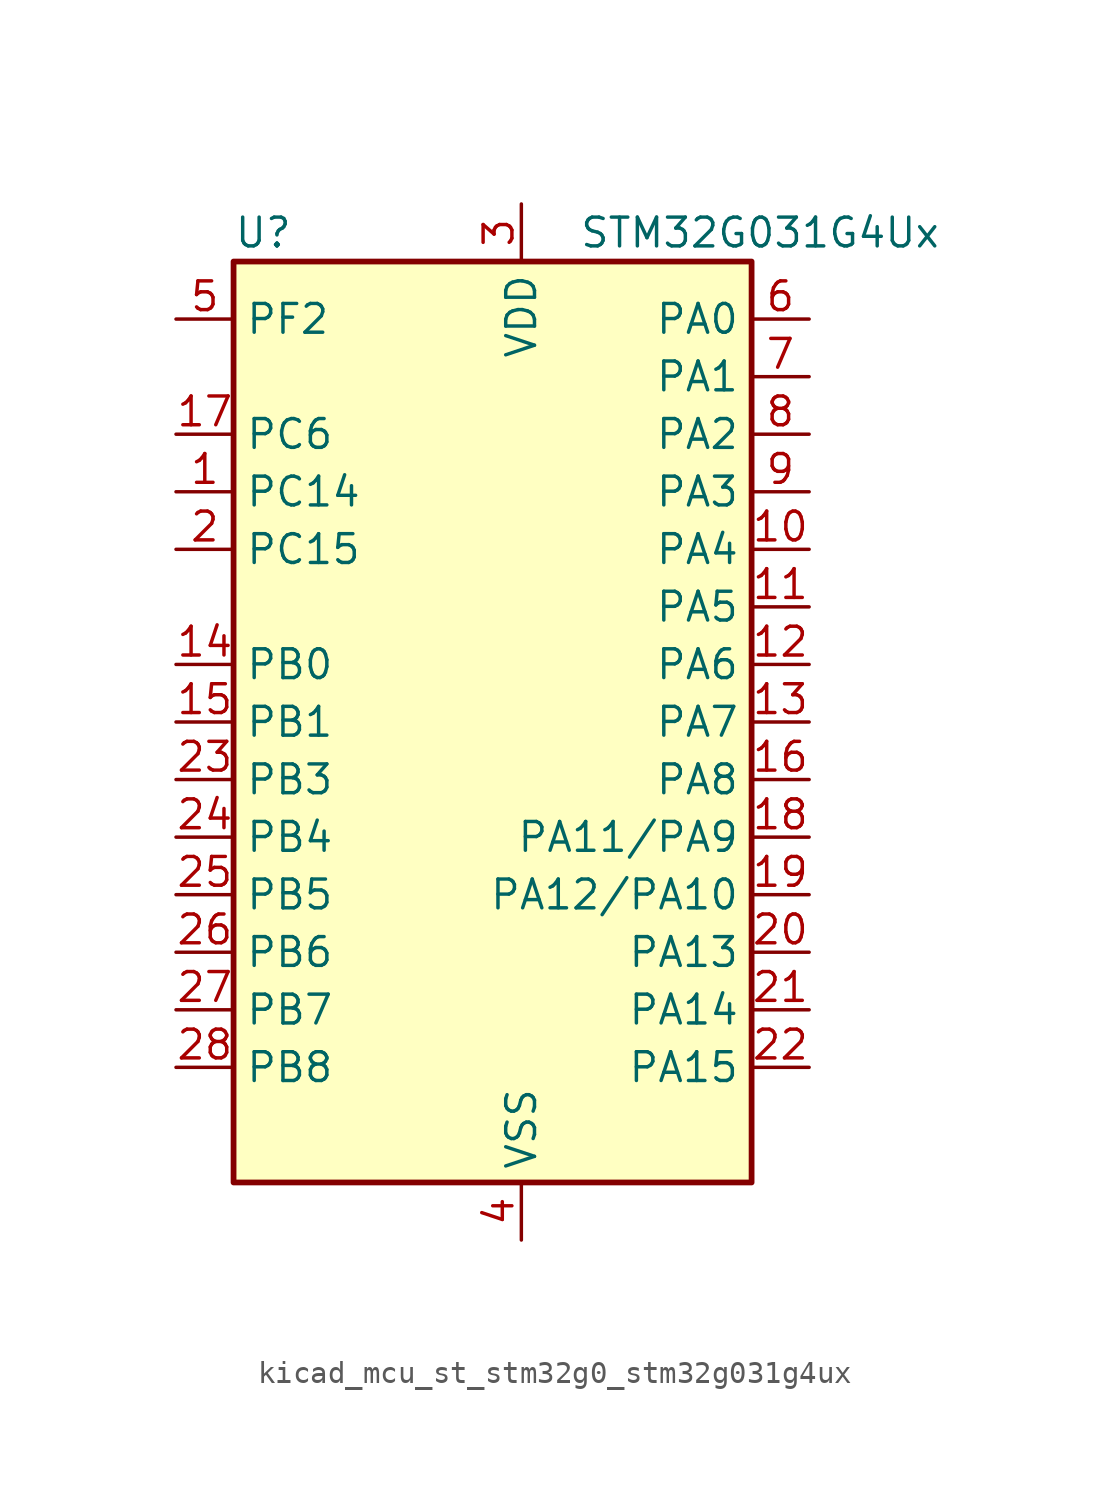
<source format=kicad_sym>
(kicad_symbol_lib
  (version 20220914)
  (generator kicad_symbol_editor)
  (symbol "kicad_mcu_st_stm32g0_stm32g031g4ux"
    (property "Reference" "U"
      (at -10.16 21.59 0)
      (effects (font (size 1.27 1.27)) (justify left)))
    (property "Value" "STM32G031G4Ux"
      (at 5.08 21.59 0)
      (effects (font (size 1.27 1.27)) (justify left)))
    (property "ki_locked" ""
      (at 0 0 0)
      (effects (font (size 1.27 1.27))))
    (symbol "kicad_mcu_st_stm32g0_stm32g031g4ux_0_1"
      (rectangle (start -10.16 -20.32) (end 12.7 20.32) (stroke (width 0.254) (type default)) (fill (type background))))
    (symbol "kicad_mcu_st_stm32g0_stm32g031g4ux_1_1"
      (pin bidirectional line (at -12.7 10.16 0) (length 2.54) (name "PC14" (effects (font (size 1.27 1.27)))) (number "1" (effects (font (size 1.27 1.27)))) (alternate "RCC_OSC32_IN" bidirectional line) (alternate "RCC_OSC_IN" bidirectional line) (alternate "TIM1_BK2" bidirectional line))
      (pin bidirectional line (at 15.24 7.62 180) (length 2.54) (name "PA4" (effects (font (size 1.27 1.27)))) (number "10" (effects (font (size 1.27 1.27)))) (alternate "ADC1_IN4" bidirectional line) (alternate "I2S1_WS" bidirectional line) (alternate "LPTIM2_OUT" bidirectional line) (alternate "RTC_OUT_ALARM" bidirectional line) (alternate "RTC_OUT_CALIB" bidirectional line) (alternate "RTC_TAMP_IN1" bidirectional line) (alternate "RTC_TS" bidirectional line) (alternate "SPI1_NSS" bidirectional line) (alternate "SPI2_MOSI" bidirectional line) (alternate "SYS_WKUP2" bidirectional line) (alternate "TIM14_CH1" bidirectional line))
      (pin bidirectional line (at 15.24 5.08 180) (length 2.54) (name "PA5" (effects (font (size 1.27 1.27)))) (number "11" (effects (font (size 1.27 1.27)))) (alternate "ADC1_IN5" bidirectional line) (alternate "I2S1_CK" bidirectional line) (alternate "LPTIM2_ETR" bidirectional line) (alternate "SPI1_SCK" bidirectional line) (alternate "TIM2_CH1" bidirectional line) (alternate "TIM2_ETR" bidirectional line))
      (pin bidirectional line (at 15.24 2.54 180) (length 2.54) (name "PA6" (effects (font (size 1.27 1.27)))) (number "12" (effects (font (size 1.27 1.27)))) (alternate "ADC1_IN6" bidirectional line) (alternate "I2S1_MCK" bidirectional line) (alternate "LPUART1_CTS" bidirectional line) (alternate "SPI1_MISO" bidirectional line) (alternate "TIM16_CH1" bidirectional line) (alternate "TIM1_BK" bidirectional line) (alternate "TIM3_CH1" bidirectional line))
      (pin bidirectional line (at 15.24 0 180) (length 2.54) (name "PA7" (effects (font (size 1.27 1.27)))) (number "13" (effects (font (size 1.27 1.27)))) (alternate "ADC1_IN7" bidirectional line) (alternate "I2S1_SD" bidirectional line) (alternate "SPI1_MOSI" bidirectional line) (alternate "TIM14_CH1" bidirectional line) (alternate "TIM17_CH1" bidirectional line) (alternate "TIM1_CH1N" bidirectional line) (alternate "TIM3_CH2" bidirectional line))
      (pin bidirectional line (at -12.7 2.54 0) (length 2.54) (name "PB0" (effects (font (size 1.27 1.27)))) (number "14" (effects (font (size 1.27 1.27)))) (alternate "ADC1_IN8" bidirectional line) (alternate "I2S1_WS" bidirectional line) (alternate "LPTIM1_OUT" bidirectional line) (alternate "SPI1_NSS" bidirectional line) (alternate "TIM1_CH2N" bidirectional line) (alternate "TIM3_CH3" bidirectional line))
      (pin bidirectional line (at -12.7 0 0) (length 2.54) (name "PB1" (effects (font (size 1.27 1.27)))) (number "15" (effects (font (size 1.27 1.27)))) (alternate "ADC1_IN9" bidirectional line) (alternate "LPTIM2_IN1" bidirectional line) (alternate "LPUART1_DE" bidirectional line) (alternate "LPUART1_RTS" bidirectional line) (alternate "TIM14_CH1" bidirectional line) (alternate "TIM1_CH3N" bidirectional line) (alternate "TIM3_CH4" bidirectional line))
      (pin bidirectional line (at 15.24 -2.54 180) (length 2.54) (name "PA8" (effects (font (size 1.27 1.27)))) (number "16" (effects (font (size 1.27 1.27)))) (alternate "LPTIM2_OUT" bidirectional line) (alternate "RCC_MCO" bidirectional line) (alternate "SPI2_NSS" bidirectional line) (alternate "TIM1_CH1" bidirectional line))
      (pin bidirectional line (at -12.7 12.7 0) (length 2.54) (name "PC6" (effects (font (size 1.27 1.27)))) (number "17" (effects (font (size 1.27 1.27)))) (alternate "TIM2_CH3" bidirectional line) (alternate "TIM3_CH1" bidirectional line))
      (pin bidirectional line (at 15.24 -5.08 180) (length 2.54) (name "PA11/PA9" (effects (font (size 1.27 1.27)))) (number "18" (effects (font (size 1.27 1.27)))) (alternate "ADC1_EXTI11" bidirectional line) (alternate "ADC1_IN15" bidirectional line) (alternate "I2C2_SCL" bidirectional line) (alternate "I2S1_MCK" bidirectional line) (alternate "SPI1_MISO" bidirectional line) (alternate "TIM1_BK2" bidirectional line) (alternate "TIM1_CH4" bidirectional line) (alternate "USART1_CTS" bidirectional line) (alternate "USART1_NSS" bidirectional line))
      (pin bidirectional line (at 15.24 -7.62 180) (length 2.54) (name "PA12/PA10" (effects (font (size 1.27 1.27)))) (number "19" (effects (font (size 1.27 1.27)))) (alternate "ADC1_IN16" bidirectional line) (alternate "I2C2_SDA" bidirectional line) (alternate "I2S1_SD" bidirectional line) (alternate "I2S_CKIN" bidirectional line) (alternate "SPI1_MOSI" bidirectional line) (alternate "TIM1_ETR" bidirectional line) (alternate "USART1_CK" bidirectional line) (alternate "USART1_DE" bidirectional line) (alternate "USART1_RTS" bidirectional line))
      (pin bidirectional line (at -12.7 7.62 0) (length 2.54) (name "PC15" (effects (font (size 1.27 1.27)))) (number "2" (effects (font (size 1.27 1.27)))) (alternate "RCC_OSC32_EN" bidirectional line) (alternate "RCC_OSC32_OUT" bidirectional line) (alternate "RCC_OSC_EN" bidirectional line))
      (pin bidirectional line (at 15.24 -10.16 180) (length 2.54) (name "PA13" (effects (font (size 1.27 1.27)))) (number "20" (effects (font (size 1.27 1.27)))) (alternate "ADC1_IN17" bidirectional line) (alternate "IR_OUT" bidirectional line) (alternate "SYS_SWDIO" bidirectional line))
      (pin bidirectional line (at 15.24 -12.7 180) (length 2.54) (name "PA14" (effects (font (size 1.27 1.27)))) (number "21" (effects (font (size 1.27 1.27)))) (alternate "ADC1_IN18" bidirectional line) (alternate "SYS_SWCLK" bidirectional line) (alternate "USART2_TX" bidirectional line))
      (pin bidirectional line (at 15.24 -15.24 180) (length 2.54) (name "PA15" (effects (font (size 1.27 1.27)))) (number "22" (effects (font (size 1.27 1.27)))) (alternate "I2S1_WS" bidirectional line) (alternate "SPI1_NSS" bidirectional line) (alternate "TIM2_CH1" bidirectional line) (alternate "TIM2_ETR" bidirectional line) (alternate "USART2_RX" bidirectional line))
      (pin bidirectional line (at -12.7 -2.54 0) (length 2.54) (name "PB3" (effects (font (size 1.27 1.27)))) (number "23" (effects (font (size 1.27 1.27)))) (alternate "I2S1_CK" bidirectional line) (alternate "SPI1_SCK" bidirectional line) (alternate "TIM1_CH2" bidirectional line) (alternate "TIM2_CH2" bidirectional line) (alternate "USART1_CK" bidirectional line) (alternate "USART1_DE" bidirectional line) (alternate "USART1_RTS" bidirectional line))
      (pin bidirectional line (at -12.7 -5.08 0) (length 2.54) (name "PB4" (effects (font (size 1.27 1.27)))) (number "24" (effects (font (size 1.27 1.27)))) (alternate "I2S1_MCK" bidirectional line) (alternate "SPI1_MISO" bidirectional line) (alternate "TIM17_BK" bidirectional line) (alternate "TIM3_CH1" bidirectional line) (alternate "USART1_CTS" bidirectional line) (alternate "USART1_NSS" bidirectional line))
      (pin bidirectional line (at -12.7 -7.62 0) (length 2.54) (name "PB5" (effects (font (size 1.27 1.27)))) (number "25" (effects (font (size 1.27 1.27)))) (alternate "I2C1_SMBA" bidirectional line) (alternate "I2S1_SD" bidirectional line) (alternate "LPTIM1_IN1" bidirectional line) (alternate "SPI1_MOSI" bidirectional line) (alternate "SYS_WKUP6" bidirectional line) (alternate "TIM16_BK" bidirectional line) (alternate "TIM3_CH2" bidirectional line))
      (pin bidirectional line (at -12.7 -10.16 0) (length 2.54) (name "PB6" (effects (font (size 1.27 1.27)))) (number "26" (effects (font (size 1.27 1.27)))) (alternate "I2C1_SCL" bidirectional line) (alternate "LPTIM1_ETR" bidirectional line) (alternate "SPI2_MISO" bidirectional line) (alternate "TIM16_CH1N" bidirectional line) (alternate "TIM1_CH3" bidirectional line) (alternate "USART1_TX" bidirectional line))
      (pin bidirectional line (at -12.7 -12.7 0) (length 2.54) (name "PB7" (effects (font (size 1.27 1.27)))) (number "27" (effects (font (size 1.27 1.27)))) (alternate "ADC1_IN11" bidirectional line) (alternate "I2C1_SDA" bidirectional line) (alternate "LPTIM1_IN2" bidirectional line) (alternate "SPI2_MOSI" bidirectional line) (alternate "SYS_PVD_IN" bidirectional line) (alternate "TIM17_CH1N" bidirectional line) (alternate "USART1_RX" bidirectional line))
      (pin bidirectional line (at -12.7 -15.24 0) (length 2.54) (name "PB8" (effects (font (size 1.27 1.27)))) (number "28" (effects (font (size 1.27 1.27)))) (alternate "I2C1_SCL" bidirectional line) (alternate "SPI2_SCK" bidirectional line) (alternate "TIM16_CH1" bidirectional line))
      (pin power_in line (at 2.54 22.86 270) (length 2.54) (name "VDD" (effects (font (size 1.27 1.27)))) (number "3" (effects (font (size 1.27 1.27)))))
      (pin power_in line (at 2.54 -22.86 90) (length 2.54) (name "VSS" (effects (font (size 1.27 1.27)))) (number "4" (effects (font (size 1.27 1.27)))))
      (pin bidirectional line (at -12.7 17.78 0) (length 2.54) (name "PF2" (effects (font (size 1.27 1.27)))) (number "5" (effects (font (size 1.27 1.27)))) (alternate "RCC_MCO" bidirectional line))
      (pin bidirectional line (at 15.24 17.78 180) (length 2.54) (name "PA0" (effects (font (size 1.27 1.27)))) (number "6" (effects (font (size 1.27 1.27)))) (alternate "ADC1_IN0" bidirectional line) (alternate "LPTIM1_OUT" bidirectional line) (alternate "RTC_TAMP_IN2" bidirectional line) (alternate "SPI2_SCK" bidirectional line) (alternate "SYS_WKUP1" bidirectional line) (alternate "TIM2_CH1" bidirectional line) (alternate "TIM2_ETR" bidirectional line) (alternate "USART2_CTS" bidirectional line) (alternate "USART2_NSS" bidirectional line))
      (pin bidirectional line (at 15.24 15.24 180) (length 2.54) (name "PA1" (effects (font (size 1.27 1.27)))) (number "7" (effects (font (size 1.27 1.27)))) (alternate "ADC1_IN1" bidirectional line) (alternate "I2C1_SMBA" bidirectional line) (alternate "I2S1_CK" bidirectional line) (alternate "SPI1_SCK" bidirectional line) (alternate "TIM2_CH2" bidirectional line) (alternate "USART2_CK" bidirectional line) (alternate "USART2_DE" bidirectional line) (alternate "USART2_RTS" bidirectional line))
      (pin bidirectional line (at 15.24 12.7 180) (length 2.54) (name "PA2" (effects (font (size 1.27 1.27)))) (number "8" (effects (font (size 1.27 1.27)))) (alternate "ADC1_IN2" bidirectional line) (alternate "I2S1_SD" bidirectional line) (alternate "LPUART1_TX" bidirectional line) (alternate "RCC_LSCO" bidirectional line) (alternate "SPI1_MOSI" bidirectional line) (alternate "SYS_WKUP4" bidirectional line) (alternate "TIM2_CH3" bidirectional line) (alternate "USART2_TX" bidirectional line))
      (pin bidirectional line (at 15.24 10.16 180) (length 2.54) (name "PA3" (effects (font (size 1.27 1.27)))) (number "9" (effects (font (size 1.27 1.27)))) (alternate "ADC1_IN3" bidirectional line) (alternate "LPUART1_RX" bidirectional line) (alternate "SPI2_MISO" bidirectional line) (alternate "TIM2_CH4" bidirectional line) (alternate "USART2_RX" bidirectional line)))))
</source>
